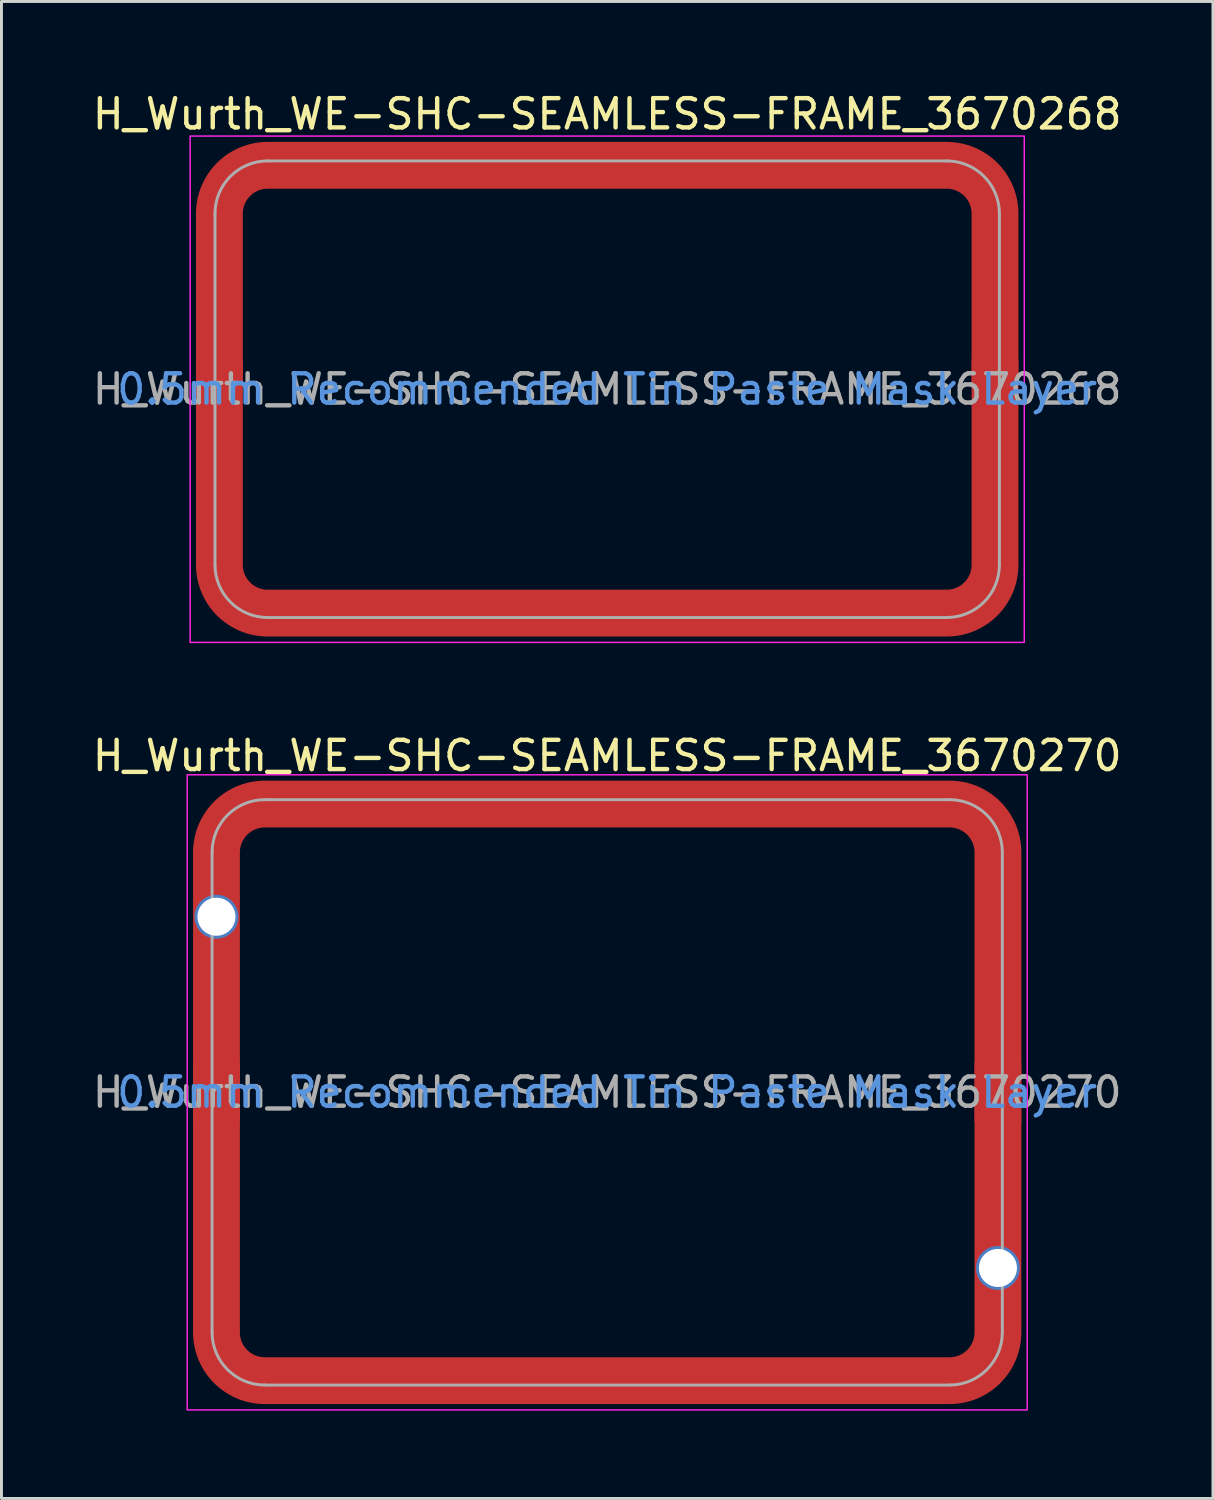
<source format=kicad_pcb>
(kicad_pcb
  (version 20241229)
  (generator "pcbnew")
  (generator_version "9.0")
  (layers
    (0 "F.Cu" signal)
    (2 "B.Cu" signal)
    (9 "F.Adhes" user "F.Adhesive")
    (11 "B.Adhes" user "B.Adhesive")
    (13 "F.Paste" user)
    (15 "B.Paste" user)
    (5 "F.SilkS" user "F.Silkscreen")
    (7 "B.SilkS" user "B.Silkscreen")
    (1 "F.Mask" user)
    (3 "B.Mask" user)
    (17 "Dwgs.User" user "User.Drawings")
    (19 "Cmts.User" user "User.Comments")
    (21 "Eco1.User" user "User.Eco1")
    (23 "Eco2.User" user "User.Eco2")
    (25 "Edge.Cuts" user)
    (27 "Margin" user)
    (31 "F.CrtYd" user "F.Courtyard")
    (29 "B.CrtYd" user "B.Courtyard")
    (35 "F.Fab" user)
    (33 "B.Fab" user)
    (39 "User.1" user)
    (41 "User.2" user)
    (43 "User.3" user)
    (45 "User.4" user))
  (footprint "H_Wurth_WE-SHC-SEAMLESS-FRAME_3670268"
    (layer "F.Cu")
    (at 17.696 10.248)
    (property "Reference" "H_Wurth_WE-SHC-SEAMLESS-FRAME_3670268" (at 0 -9.4 0) (unlocked yes) (layer "F.SilkS") (effects (font (size 1 1) (thickness 0.15))))
    (attr smd)
    (fp_poly (pts (xy -12.5 -0.25) (xy -14 -0.25) (xy -14 -6) (xy -13.997 -6.126) (xy -13.987 -6.251) (xy -13.97 -6.375) (xy -13.948 -6.499) (xy -13.918 -6.621) (xy -13.883 -6.742) (xy -13.841 -6.86) (xy -13.793 -6.976) (xy -13.738 -7.09) (xy -13.678 -7.2) (xy -13.613 -7.307) (xy -13.542 -7.411) (xy -13.465 -7.51) (xy -13.384 -7.606) (xy -13.297 -7.697) (xy -13.206 -7.784) (xy -13.11 -7.865) (xy -13.011 -7.942) (xy -12.907 -8.013) (xy -12.8 -8.078) (xy -12.69 -8.138) (xy -12.576 -8.193) (xy -12.46 -8.241) (xy -12.342 -8.283) (xy -12.221 -8.318) (xy -12.099 -8.348) (xy -11.975 -8.37) (xy -11.851 -8.387) (xy -11.726 -8.397) (xy -11.6 -8.4) (xy 11.6 -8.4) (xy 11.726 -8.397) (xy 11.851 -8.387) (xy 11.975 -8.37) (xy 12.099 -8.348) (xy 12.221 -8.318) (xy 12.342 -8.283) (xy 12.46 -8.241) (xy 12.576 -8.193) (xy 12.69 -8.138) (xy 12.8 -8.078) (xy 12.907 -8.013) (xy 13.011 -7.942) (xy 13.11 -7.865) (xy 13.206 -7.784) (xy 13.297 -7.697) (xy 13.384 -7.606) (xy 13.465 -7.51) (xy 13.542 -7.411) (xy 13.613 -7.307) (xy 13.678 -7.2) (xy 13.738 -7.09) (xy 13.793 -6.976) (xy 13.841 -6.86) (xy 13.883 -6.742) (xy 13.918 -6.621) (xy 13.948 -6.499) (xy 13.97 -6.375) (xy 13.987 -6.251) (xy 13.997 -6.126) (xy 14 -6) (xy 14 -0.25) (xy 12.5 -0.25) (xy 12.5 -6) (xy 12.499 -6.047) (xy 12.495 -6.094) (xy 12.489 -6.141) (xy 12.48 -6.187) (xy 12.469 -6.233) (xy 12.456 -6.278) (xy 12.44 -6.323) (xy 12.422 -6.366) (xy 12.402 -6.409) (xy 12.379 -6.45) (xy 12.355 -6.49) (xy 12.328 -6.529) (xy 12.299 -6.566) (xy 12.269 -6.602) (xy 12.236 -6.636) (xy 12.202 -6.669) (xy 12.166 -6.699) (xy 12.129 -6.728) (xy 12.09 -6.755) (xy 12.05 -6.779) (xy 12.009 -6.802) (xy 11.966 -6.822) (xy 11.923 -6.84) (xy 11.878 -6.856) (xy 11.833 -6.869) (xy 11.787 -6.88) (xy 11.741 -6.889) (xy 11.694 -6.895) (xy 11.647 -6.899) (xy 11.6 -6.9) (xy -11.6 -6.9) (xy -11.647 -6.899) (xy -11.694 -6.895) (xy -11.741 -6.889) (xy -11.787 -6.88) (xy -11.833 -6.869) (xy -11.878 -6.856) (xy -11.923 -6.84) (xy -11.966 -6.822) (xy -12.009 -6.802) (xy -12.05 -6.779) (xy -12.09 -6.755) (xy -12.129 -6.728) (xy -12.166 -6.699) (xy -12.202 -6.669) (xy -12.236 -6.636) (xy -12.269 -6.602) (xy -12.299 -6.566) (xy -12.328 -6.529) (xy -12.355 -6.49) (xy -12.379 -6.45) (xy -12.402 -6.409) (xy -12.422 -6.366) (xy -12.44 -6.323) (xy -12.456 -6.278) (xy -12.469 -6.233) (xy -12.48 -6.187) (xy -12.489 -6.141) (xy -12.495 -6.094) (xy -12.499 -6.047) (xy -12.5 -6) (xy -12.5 -0.25)) (stroke (width 0.1) (type solid)) (fill yes) (layer "F.Cu"))
    (fp_poly (pts (xy -12.5 -0.25) (xy -14 -0.25) (xy -14 -6) (xy -13.997 -6.126) (xy -13.987 -6.251) (xy -13.97 -6.375) (xy -13.948 -6.499) (xy -13.918 -6.621) (xy -13.883 -6.742) (xy -13.841 -6.86) (xy -13.793 -6.976) (xy -13.738 -7.09) (xy -13.678 -7.2) (xy -13.613 -7.307) (xy -13.542 -7.411) (xy -13.465 -7.51) (xy -13.384 -7.606) (xy -13.297 -7.697) (xy -13.206 -7.784) (xy -13.11 -7.865) (xy -13.011 -7.942) (xy -12.907 -8.013) (xy -12.8 -8.078) (xy -12.69 -8.138) (xy -12.576 -8.193) (xy -12.46 -8.241) (xy -12.342 -8.283) (xy -12.221 -8.318) (xy -12.099 -8.348) (xy -11.975 -8.37) (xy -11.851 -8.387) (xy -11.726 -8.397) (xy -11.6 -8.4) (xy 11.6 -8.4) (xy 11.726 -8.397) (xy 11.851 -8.387) (xy 11.975 -8.37) (xy 12.099 -8.348) (xy 12.221 -8.318) (xy 12.342 -8.283) (xy 12.46 -8.241) (xy 12.576 -8.193) (xy 12.69 -8.138) (xy 12.8 -8.078) (xy 12.907 -8.013) (xy 13.011 -7.942) (xy 13.11 -7.865) (xy 13.206 -7.784) (xy 13.297 -7.697) (xy 13.384 -7.606) (xy 13.465 -7.51) (xy 13.542 -7.411) (xy 13.613 -7.307) (xy 13.678 -7.2) (xy 13.738 -7.09) (xy 13.793 -6.976) (xy 13.841 -6.86) (xy 13.883 -6.742) (xy 13.918 -6.621) (xy 13.948 -6.499) (xy 13.97 -6.375) (xy 13.987 -6.251) (xy 13.997 -6.126) (xy 14 -6) (xy 14 -0.25) (xy 12.5 -0.25) (xy 12.5 -6) (xy 12.499 -6.047) (xy 12.495 -6.094) (xy 12.489 -6.141) (xy 12.48 -6.187) (xy 12.469 -6.233) (xy 12.456 -6.278) (xy 12.44 -6.323) (xy 12.422 -6.366) (xy 12.402 -6.409) (xy 12.379 -6.45) (xy 12.355 -6.49) (xy 12.328 -6.529) (xy 12.299 -6.566) (xy 12.269 -6.602) (xy 12.236 -6.636) (xy 12.202 -6.669) (xy 12.166 -6.699) (xy 12.129 -6.728) (xy 12.09 -6.755) (xy 12.05 -6.779) (xy 12.009 -6.802) (xy 11.966 -6.822) (xy 11.923 -6.84) (xy 11.878 -6.856) (xy 11.833 -6.869) (xy 11.787 -6.88) (xy 11.741 -6.889) (xy 11.694 -6.895) (xy 11.647 -6.899) (xy 11.6 -6.9) (xy -11.6 -6.9) (xy -11.647 -6.899) (xy -11.694 -6.895) (xy -11.741 -6.889) (xy -11.787 -6.88) (xy -11.833 -6.869) (xy -11.878 -6.856) (xy -11.923 -6.84) (xy -11.966 -6.822) (xy -12.009 -6.802) (xy -12.05 -6.779) (xy -12.09 -6.755) (xy -12.129 -6.728) (xy -12.166 -6.699) (xy -12.202 -6.669) (xy -12.236 -6.636) (xy -12.269 -6.602) (xy -12.299 -6.566) (xy -12.328 -6.529) (xy -12.355 -6.49) (xy -12.379 -6.45) (xy -12.402 -6.409) (xy -12.422 -6.366) (xy -12.44 -6.323) (xy -12.456 -6.278) (xy -12.469 -6.233) (xy -12.48 -6.187) (xy -12.489 -6.141) (xy -12.495 -6.094) (xy -12.499 -6.047) (xy -12.5 -6) (xy -12.5 -0.25)) (stroke (width 0.1) (type solid)) (fill yes) (layer "F.Mask"))
    (fp_poly (pts (xy -12.5 -0.25) (xy -14 -0.25) (xy -14 -6) (xy -13.997 -6.126) (xy -13.987 -6.251) (xy -13.97 -6.375) (xy -13.948 -6.499) (xy -13.918 -6.621) (xy -13.883 -6.742) (xy -13.841 -6.86) (xy -13.793 -6.976) (xy -13.738 -7.09) (xy -13.678 -7.2) (xy -13.613 -7.307) (xy -13.542 -7.411) (xy -13.465 -7.51) (xy -13.384 -7.606) (xy -13.297 -7.697) (xy -13.206 -7.784) (xy -13.11 -7.865) (xy -13.011 -7.942) (xy -12.907 -8.013) (xy -12.8 -8.078) (xy -12.69 -8.138) (xy -12.576 -8.193) (xy -12.46 -8.241) (xy -12.342 -8.283) (xy -12.221 -8.318) (xy -12.099 -8.348) (xy -11.975 -8.37) (xy -11.851 -8.387) (xy -11.726 -8.397) (xy -11.6 -8.4) (xy 11.6 -8.4) (xy 11.726 -8.397) (xy 11.851 -8.387) (xy 11.975 -8.37) (xy 12.099 -8.348) (xy 12.221 -8.318) (xy 12.342 -8.283) (xy 12.46 -8.241) (xy 12.576 -8.193) (xy 12.69 -8.138) (xy 12.8 -8.078) (xy 12.907 -8.013) (xy 13.011 -7.942) (xy 13.11 -7.865) (xy 13.206 -7.784) (xy 13.297 -7.697) (xy 13.384 -7.606) (xy 13.465 -7.51) (xy 13.542 -7.411) (xy 13.613 -7.307) (xy 13.678 -7.2) (xy 13.738 -7.09) (xy 13.793 -6.976) (xy 13.841 -6.86) (xy 13.883 -6.742) (xy 13.918 -6.621) (xy 13.948 -6.499) (xy 13.97 -6.375) (xy 13.987 -6.251) (xy 13.997 -6.126) (xy 14 -6) (xy 14 -0.25) (xy 12.5 -0.25) (xy 12.5 -6) (xy 12.499 -6.047) (xy 12.495 -6.094) (xy 12.489 -6.141) (xy 12.48 -6.187) (xy 12.469 -6.233) (xy 12.456 -6.278) (xy 12.44 -6.323) (xy 12.422 -6.366) (xy 12.402 -6.409) (xy 12.379 -6.45) (xy 12.355 -6.49) (xy 12.328 -6.529) (xy 12.299 -6.566) (xy 12.269 -6.602) (xy 12.236 -6.636) (xy 12.202 -6.669) (xy 12.166 -6.699) (xy 12.129 -6.728) (xy 12.09 -6.755) (xy 12.05 -6.779) (xy 12.009 -6.802) (xy 11.966 -6.822) (xy 11.923 -6.84) (xy 11.878 -6.856) (xy 11.833 -6.869) (xy 11.787 -6.88) (xy 11.741 -6.889) (xy 11.694 -6.895) (xy 11.647 -6.899) (xy 11.6 -6.9) (xy -11.6 -6.9) (xy -11.647 -6.899) (xy -11.694 -6.895) (xy -11.741 -6.889) (xy -11.787 -6.88) (xy -11.833 -6.869) (xy -11.878 -6.856) (xy -11.923 -6.84) (xy -11.966 -6.822) (xy -12.009 -6.802) (xy -12.05 -6.779) (xy -12.09 -6.755) (xy -12.129 -6.728) (xy -12.166 -6.699) (xy -12.202 -6.669) (xy -12.236 -6.636) (xy -12.269 -6.602) (xy -12.299 -6.566) (xy -12.328 -6.529) (xy -12.355 -6.49) (xy -12.379 -6.45) (xy -12.402 -6.409) (xy -12.422 -6.366) (xy -12.44 -6.323) (xy -12.456 -6.278) (xy -12.469 -6.233) (xy -12.48 -6.187) (xy -12.489 -6.141) (xy -12.495 -6.094) (xy -12.499 -6.047) (xy -12.5 -6) (xy -12.5 -0.25)) (stroke (width 0.1) (type solid)) (fill yes) (layer "F.Paste"))
    (fp_rect (start -14.25 -8.65) (end 14.25 8.65) (stroke (width 0.05) (type solid)) (fill no) (layer "F.CrtYd"))
    (fp_line (start -13.4 6) (end -13.4 -6) (stroke (width 0.1) (type solid)) (layer "F.Fab"))
    (fp_line (start -11.6 -7.8) (end 11.6 -7.8) (stroke (width 0.1) (type solid)) (layer "F.Fab"))
    (fp_line (start -11.6 7.8) (end 11.6 7.8) (stroke (width 0.1) (type solid)) (layer "F.Fab"))
    (fp_line (start 13.4 6) (end 13.4 -6) (stroke (width 0.1) (type solid)) (layer "F.Fab"))
    (fp_arc (start -13.4 -6) (mid -12.872792 -7.272792) (end -11.6 -7.8) (stroke (width 0.1) (type default)) (layer "F.Fab"))
    (fp_arc (start -11.6 7.8) (mid -12.872792 7.272792) (end -13.4 6) (stroke (width 0.1) (type default)) (layer "F.Fab"))
    (fp_arc (start 11.6 -7.8) (mid 12.872792 -7.272792) (end 13.4 -6) (stroke (width 0.1) (type default)) (layer "F.Fab"))
    (fp_arc (start 13.4 6) (mid 12.872792 7.272792) (end 11.6 7.8) (stroke (width 0.1) (type default)) (layer "F.Fab"))
    (fp_text user "0.5mm Recommended Tin Paste Mask Layer" (at 0 0 0) (unlocked yes) (layer "Cmts.User") (effects (font (size 1 1) (thickness 0.15))))
    (fp_text user "${REFERENCE}" (at 0 0 0) (unlocked yes) (layer "F.Fab") (effects (font (size 1 1) (thickness 0.15))))
    (pad "1" smd custom (at -13.25 0) (size 1.5 12) (layers "F.Cu" "F.Mask" "F.Paste") (options (anchor rect)) (primitives (gr_poly (pts (xy 25.75 -1) (xy 27.25 -1) (xy 27.25 6) (xy 27.247 6.126) (xy 27.237 6.251) (xy 27.22 6.375) (xy 27.198 6.499) (xy 27.168 6.621) (xy 27.133 6.742) (xy 27.091 6.86) (xy 27.043 6.976) (xy 26.988 7.09) (xy 26.928 7.2) (xy 26.863 7.307) (xy 26.792 7.411) (xy 26.715 7.51) (xy 26.634 7.606) (xy 26.547 7.697) (xy 26.456 7.784) (xy 26.36 7.865) (xy 26.261 7.942) (xy 26.157 8.013) (xy 26.05 8.078) (xy 25.94 8.138) (xy 25.826 8.193) (xy 25.71 8.241) (xy 25.592 8.283) (xy 25.471 8.318) (xy 25.349 8.348) (xy 25.225 8.37) (xy 25.101 8.387) (xy 24.976 8.397) (xy 24.85 8.4) (xy 1.65 8.4) (xy 1.524 8.397) (xy 1.399 8.387) (xy 1.275 8.37) (xy 1.151 8.348) (xy 1.029 8.318) (xy 0.908 8.283) (xy 0.79 8.241) (xy 0.674 8.193) (xy 0.56 8.138) (xy 0.45 8.078) (xy 0.343 8.013) (xy 0.239 7.942) (xy 0.14 7.865) (xy 0.044 7.784) (xy -0.047 7.697) (xy -0.134 7.606) (xy -0.215 7.51) (xy -0.292 7.411) (xy -0.363 7.307) (xy -0.428 7.2) (xy -0.488 7.09) (xy -0.543 6.976) (xy -0.591 6.86) (xy -0.633 6.742) (xy -0.668 6.621) (xy -0.698 6.499) (xy -0.72 6.375) (xy -0.737 6.251) (xy -0.747 6.126) (xy -0.75 6) (xy -0.75 -1) (xy 0.75 -1) (xy 0.75 6) (xy 0.751 6.047) (xy 0.755 6.094) (xy 0.761 6.141) (xy 0.77 6.187) (xy 0.781 6.233) (xy 0.794 6.278) (xy 0.81 6.323) (xy 0.828 6.366) (xy 0.848 6.409) (xy 0.871 6.45) (xy 0.895 6.49) (xy 0.922 6.529) (xy 0.951 6.566) (xy 0.981 6.602) (xy 1.014 6.636) (xy 1.048 6.669) (xy 1.084 6.699) (xy 1.121 6.728) (xy 1.16 6.755) (xy 1.2 6.779) (xy 1.241 6.802) (xy 1.284 6.822) (xy 1.327 6.84) (xy 1.372 6.856) (xy 1.417 6.869) (xy 1.463 6.88) (xy 1.509 6.889) (xy 1.556 6.895) (xy 1.603 6.899) (xy 1.65 6.9) (xy 24.85 6.9) (xy 24.897 6.899) (xy 24.944 6.895) (xy 24.991 6.889) (xy 25.037 6.88) (xy 25.083 6.869) (xy 25.128 6.856) (xy 25.173 6.84) (xy 25.216 6.822) (xy 25.259 6.802) (xy 25.3 6.779) (xy 25.34 6.755) (xy 25.379 6.728) (xy 25.416 6.699) (xy 25.452 6.669) (xy 25.486 6.636) (xy 25.519 6.602) (xy 25.549 6.566) (xy 25.578 6.529) (xy 25.605 6.49) (xy 25.629 6.45) (xy 25.652 6.409) (xy 25.672 6.366) (xy 25.69 6.323) (xy 25.706 6.278) (xy 25.719 6.233) (xy 25.73 6.187) (xy 25.739 6.141) (xy 25.745 6.094) (xy 25.749 6.047) (xy 25.75 6) (xy 25.75 -1)) (width 0.1) (fill yes)))))
  (footprint "H_Wurth_WE-SHC-SEAMLESS-FRAME_3670270"
    (layer "F.Cu")
    (at 17.696 34.272)
    (property "Reference" "H_Wurth_WE-SHC-SEAMLESS-FRAME_3670270" (at 0 -11.5 0) (unlocked yes) (layer "F.SilkS") (effects (font (size 1 1) (thickness 0.15))))
    (attr smd)
    (fp_rect (start -14.35 -10.85) (end 14.35 10.85) (stroke (width 0.05) (type solid)) (fill no) (layer "F.CrtYd"))
    (fp_line (start -13.5 8.2) (end -13.5 -8.2) (stroke (width 0.1) (type solid)) (layer "F.Fab"))
    (fp_line (start -11.7 -10) (end 11.7 -10) (stroke (width 0.1) (type solid)) (layer "F.Fab"))
    (fp_line (start -11.7 10) (end 11.7 10) (stroke (width 0.1) (type solid)) (layer "F.Fab"))
    (fp_line (start 13.5 8.2) (end 13.5 -8.2) (stroke (width 0.1) (type solid)) (layer "F.Fab"))
    (fp_arc (start -13.5 -8.2) (mid -12.972792 -9.472792) (end -11.7 -10) (stroke (width 0.1) (type default)) (layer "F.Fab"))
    (fp_arc (start -11.7 10) (mid -12.972792 9.472792) (end -13.5 8.2) (stroke (width 0.1) (type default)) (layer "F.Fab"))
    (fp_arc (start 11.7 -10) (mid 12.972792 -9.472792) (end 13.5 -8.2) (stroke (width 0.1) (type default)) (layer "F.Fab"))
    (fp_arc (start 13.5 8.2) (mid 12.972792 9.472792) (end 11.7 10) (stroke (width 0.1) (type default)) (layer "F.Fab"))
    (fp_text user "0.5mm Recommended Tin Paste Mask Layer" (at 0 0 0) (unlocked yes) (layer "Cmts.User") (effects (font (size 1 1) (thickness 0.15))))
    (fp_text user "${REFERENCE}" (at 0 0 0) (unlocked yes) (layer "F.Fab") (effects (font (size 1 1) (thickness 0.15))))
    (pad "1" thru_hole circle (at -13.35 -6) (size 1.5 1.5) (drill 1.3) (layers "*.Cu" "*.Mask"))
    (pad "1" smd custom (at 0 -9.85) (size 23.4 1.5) (layers "F.Cu" "F.Mask" "F.Paste") (options (anchor rect)) (primitives (gr_poly (pts (xy -12.6 10.85) (xy -14.1 10.85) (xy -14.1 1.65) (xy -14.097 1.524) (xy -14.087 1.399) (xy -14.07 1.275) (xy -14.048 1.151) (xy -14.018 1.029) (xy -13.983 0.908) (xy -13.941 0.79) (xy -13.893 0.674) (xy -13.838 0.56) (xy -13.778 0.45) (xy -13.713 0.343) (xy -13.642 0.239) (xy -13.565 0.14) (xy -13.484 0.044) (xy -13.397 -0.047) (xy -13.306 -0.134) (xy -13.21 -0.215) (xy -13.111 -0.292) (xy -13.007 -0.363) (xy -12.9 -0.428) (xy -12.79 -0.488) (xy -12.676 -0.543) (xy -12.56 -0.591) (xy -12.442 -0.633) (xy -12.321 -0.668) (xy -12.199 -0.698) (xy -12.075 -0.72) (xy -11.951 -0.737) (xy -11.826 -0.747) (xy -11.7 -0.75) (xy 11.7 -0.75) (xy 11.826 -0.747) (xy 11.951 -0.737) (xy 12.075 -0.72) (xy 12.199 -0.698) (xy 12.321 -0.668) (xy 12.442 -0.633) (xy 12.56 -0.591) (xy 12.676 -0.543) (xy 12.79 -0.488) (xy 12.9 -0.428) (xy 13.007 -0.363) (xy 13.111 -0.292) (xy 13.21 -0.215) (xy 13.306 -0.134) (xy 13.397 -0.047) (xy 13.484 0.044) (xy 13.565 0.14) (xy 13.642 0.239) (xy 13.713 0.343) (xy 13.778 0.45) (xy 13.838 0.56) (xy 13.893 0.674) (xy 13.941 0.79) (xy 13.983 0.908) (xy 14.018 1.029) (xy 14.048 1.151) (xy 14.07 1.275) (xy 14.087 1.399) (xy 14.097 1.524) (xy 14.1 1.65) (xy 14.1 10.85) (xy 12.6 10.85) (xy 12.6 1.65) (xy 12.599 1.603) (xy 12.595 1.556) (xy 12.589 1.509) (xy 12.58 1.463) (xy 12.569 1.417) (xy 12.556 1.372) (xy 12.54 1.327) (xy 12.522 1.284) (xy 12.502 1.241) (xy 12.479 1.2) (xy 12.455 1.16) (xy 12.428 1.121) (xy 12.399 1.084) (xy 12.369 1.048) (xy 12.336 1.014) (xy 12.302 0.981) (xy 12.266 0.951) (xy 12.229 0.922) (xy 12.19 0.895) (xy 12.15 0.871) (xy 12.109 0.848) (xy 12.066 0.828) (xy 12.023 0.81) (xy 11.978 0.794) (xy 11.933 0.781) (xy 11.887 0.77) (xy 11.841 0.761) (xy 11.794 0.755) (xy 11.747 0.751) (xy 11.7 0.75) (xy -11.7 0.75) (xy -11.747 0.751) (xy -11.794 0.755) (xy -11.841 0.761) (xy -11.887 0.77) (xy -11.933 0.781) (xy -11.978 0.794) (xy -12.023 0.81) (xy -12.066 0.828) (xy -12.109 0.848) (xy -12.15 0.871) (xy -12.19 0.895) (xy -12.229 0.922) (xy -12.266 0.951) (xy -12.302 0.981) (xy -12.336 1.014) (xy -12.369 1.048) (xy -12.399 1.084) (xy -12.428 1.121) (xy -12.455 1.16) (xy -12.479 1.2) (xy -12.502 1.241) (xy -12.522 1.284) (xy -12.54 1.327) (xy -12.556 1.372) (xy -12.569 1.417) (xy -12.58 1.463) (xy -12.589 1.509) (xy -12.595 1.556) (xy -12.599 1.603) (xy -12.6 1.65) (xy -12.6 10.85)) (width 0.1) (fill yes))))
    (pad "1" smd custom (at 0 9.85) (size 23.4 1.5) (layers "F.Cu" "F.Mask" "F.Paste") (options (anchor rect)) (primitives (gr_poly (pts (xy 12.6 -10.85) (xy 14.1 -10.85) (xy 14.1 -1.65) (xy 14.097 -1.524) (xy 14.087 -1.399) (xy 14.07 -1.275) (xy 14.048 -1.151) (xy 14.018 -1.029) (xy 13.983 -0.908) (xy 13.941 -0.79) (xy 13.893 -0.674) (xy 13.838 -0.56) (xy 13.778 -0.45) (xy 13.713 -0.343) (xy 13.642 -0.239) (xy 13.565 -0.14) (xy 13.484 -0.044) (xy 13.397 0.047) (xy 13.306 0.134) (xy 13.21 0.215) (xy 13.111 0.292) (xy 13.007 0.363) (xy 12.9 0.428) (xy 12.79 0.488) (xy 12.676 0.543) (xy 12.56 0.591) (xy 12.442 0.633) (xy 12.321 0.668) (xy 12.199 0.698) (xy 12.075 0.72) (xy 11.951 0.737) (xy 11.826 0.747) (xy 11.7 0.75) (xy -11.7 0.75) (xy -11.826 0.747) (xy -11.951 0.737) (xy -12.075 0.72) (xy -12.199 0.698) (xy -12.321 0.668) (xy -12.442 0.633) (xy -12.56 0.591) (xy -12.676 0.543) (xy -12.79 0.488) (xy -12.9 0.428) (xy -13.007 0.363) (xy -13.111 0.292) (xy -13.21 0.215) (xy -13.306 0.134) (xy -13.397 0.047) (xy -13.484 -0.044) (xy -13.565 -0.14) (xy -13.642 -0.239) (xy -13.713 -0.343) (xy -13.778 -0.45) (xy -13.838 -0.56) (xy -13.893 -0.674) (xy -13.941 -0.79) (xy -13.983 -0.908) (xy -14.018 -1.029) (xy -14.048 -1.151) (xy -14.07 -1.275) (xy -14.087 -1.399) (xy -14.097 -1.524) (xy -14.1 -1.65) (xy -14.1 -10.85) (xy -12.6 -10.85) (xy -12.6 -1.65) (xy -12.599 -1.603) (xy -12.595 -1.556) (xy -12.589 -1.509) (xy -12.58 -1.463) (xy -12.569 -1.417) (xy -12.556 -1.372) (xy -12.54 -1.327) (xy -12.522 -1.284) (xy -12.502 -1.241) (xy -12.479 -1.2) (xy -12.455 -1.16) (xy -12.428 -1.121) (xy -12.399 -1.084) (xy -12.369 -1.048) (xy -12.336 -1.014) (xy -12.302 -0.981) (xy -12.266 -0.951) (xy -12.229 -0.922) (xy -12.19 -0.895) (xy -12.15 -0.871) (xy -12.109 -0.848) (xy -12.066 -0.828) (xy -12.023 -0.81) (xy -11.978 -0.794) (xy -11.933 -0.781) (xy -11.887 -0.77) (xy -11.841 -0.761) (xy -11.794 -0.755) (xy -11.747 -0.751) (xy -11.7 -0.75) (xy 11.7 -0.75) (xy 11.747 -0.751) (xy 11.794 -0.755) (xy 11.841 -0.761) (xy 11.887 -0.77) (xy 11.933 -0.781) (xy 11.978 -0.794) (xy 12.023 -0.81) (xy 12.066 -0.828) (xy 12.109 -0.848) (xy 12.15 -0.871) (xy 12.19 -0.895) (xy 12.229 -0.922) (xy 12.266 -0.951) (xy 12.302 -0.981) (xy 12.336 -1.014) (xy 12.369 -1.048) (xy 12.399 -1.084) (xy 12.428 -1.121) (xy 12.455 -1.16) (xy 12.479 -1.2) (xy 12.502 -1.241) (xy 12.522 -1.284) (xy 12.54 -1.327) (xy 12.556 -1.372) (xy 12.569 -1.417) (xy 12.58 -1.463) (xy 12.589 -1.509) (xy 12.595 -1.556) (xy 12.599 -1.603) (xy 12.6 -1.65) (xy 12.6 -10.85)) (width 0.1) (fill yes))))
    (pad "1" thru_hole circle (at 13.35 6) (size 1.5 1.5) (drill 1.3) (layers "*.Cu" "*.Mask")))
  (gr_rect
    (start -3 -3)
    (end 38.393 48.147)
    (stroke (width 0.1) (type default))
    (fill no)
    (layer "Edge.Cuts")))
</source>
